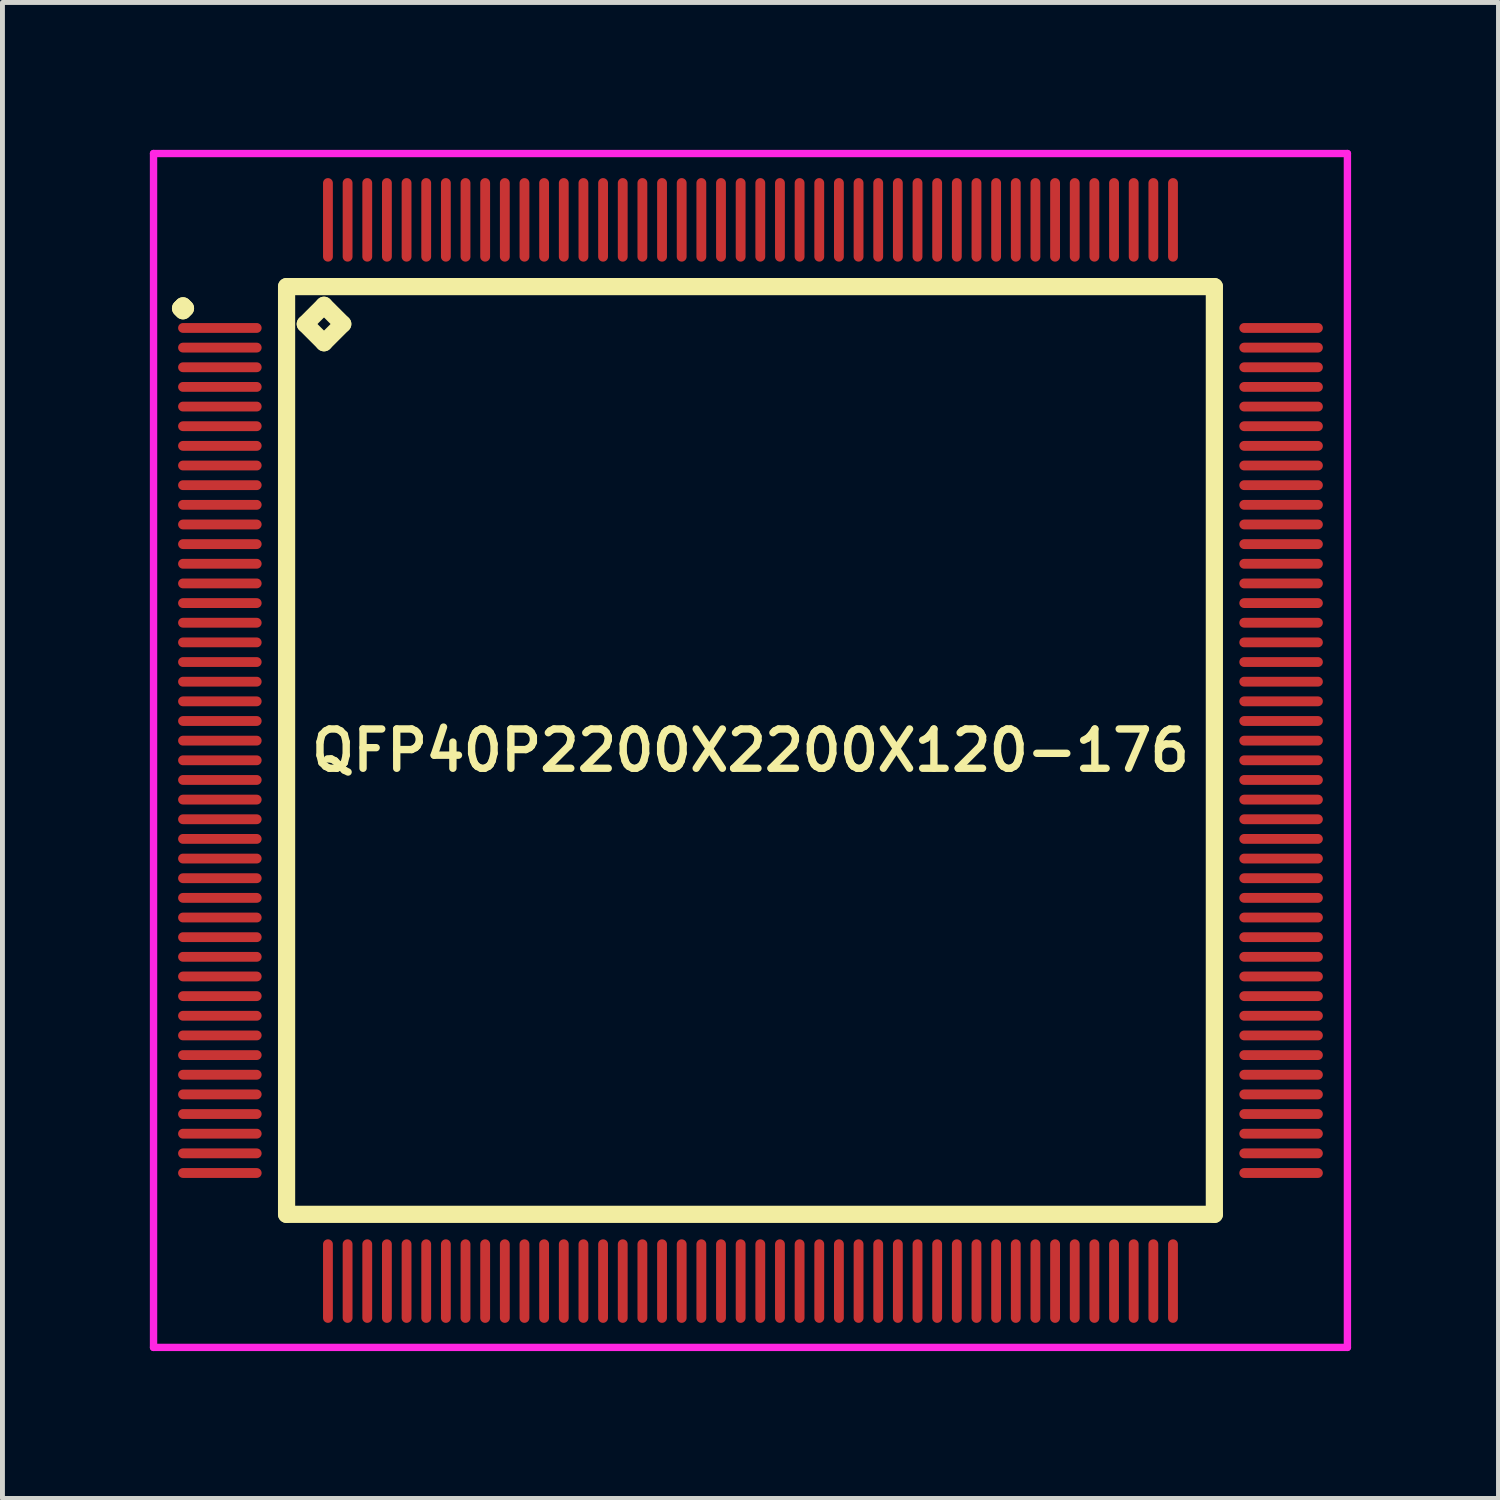
<source format=kicad_pcb>
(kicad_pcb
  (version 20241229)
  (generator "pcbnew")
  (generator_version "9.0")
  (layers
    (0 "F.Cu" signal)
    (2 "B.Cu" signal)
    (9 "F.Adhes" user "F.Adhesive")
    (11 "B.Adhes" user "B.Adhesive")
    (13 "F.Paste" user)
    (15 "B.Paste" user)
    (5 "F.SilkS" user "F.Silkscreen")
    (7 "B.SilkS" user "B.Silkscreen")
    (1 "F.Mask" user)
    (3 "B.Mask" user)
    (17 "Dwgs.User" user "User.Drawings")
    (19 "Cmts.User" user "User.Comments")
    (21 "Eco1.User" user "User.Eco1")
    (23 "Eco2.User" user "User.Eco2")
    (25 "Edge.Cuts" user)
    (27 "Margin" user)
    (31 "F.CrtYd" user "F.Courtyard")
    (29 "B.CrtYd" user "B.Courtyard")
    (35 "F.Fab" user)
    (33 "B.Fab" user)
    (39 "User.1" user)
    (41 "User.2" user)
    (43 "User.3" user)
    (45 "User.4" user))
  (footprint "QFP40P2200X2200X120-176"
    (layer "F.Cu")
    (at 12.225 12.225)
    (property "Reference" "QFP40P2200X2200X120-176" (at 0 0 0) (layer "F.SilkS") (effects (font (size 0.8 0.8) (thickness 0.15))))
    (attr smd)
    (fp_line (start -11.6 -9) (end -11.55 -9.05) (stroke (width 0.35) (type solid)) (layer "F.SilkS"))
    (fp_line (start -11.55 -9.05) (end -11.5 -9) (stroke (width 0.35) (type solid)) (layer "F.SilkS"))
    (fp_line (start -11.55 -8.95) (end -11.6 -9) (stroke (width 0.35) (type solid)) (layer "F.SilkS"))
    (fp_line (start -11.5 -9) (end -11.55 -8.95) (stroke (width 0.35) (type solid)) (layer "F.SilkS"))
    (fp_line (start -9.442 -9.442) (end -9.442 9.442) (stroke (width 0.35) (type solid)) (layer "F.SilkS"))
    (fp_line (start -9.442 9.442) (end 9.442 9.442) (stroke (width 0.35) (type solid)) (layer "F.SilkS"))
    (fp_line (start -9.061 -8.68) (end -8.68 -9.061) (stroke (width 0.35) (type solid)) (layer "F.SilkS"))
    (fp_line (start -8.68 -9.061) (end -8.299 -8.68) (stroke (width 0.35) (type solid)) (layer "F.SilkS"))
    (fp_line (start -8.68 -8.299) (end -9.061 -8.68) (stroke (width 0.35) (type solid)) (layer "F.SilkS"))
    (fp_line (start -8.299 -8.68) (end -8.68 -8.299) (stroke (width 0.35) (type solid)) (layer "F.SilkS"))
    (fp_line (start 9.442 -9.442) (end -9.442 -9.442) (stroke (width 0.35) (type solid)) (layer "F.SilkS"))
    (fp_line (start 9.442 9.442) (end 9.442 -9.442) (stroke (width 0.35) (type solid)) (layer "F.SilkS"))
    (fp_line (start -12.15 -12.15) (end 12.15 -12.15) (stroke (width 0.15) (type solid)) (layer "F.CrtYd"))
    (fp_line (start -12.15 12.15) (end -12.15 -12.15) (stroke (width 0.15) (type solid)) (layer "F.CrtYd"))
    (fp_line (start 12.15 -12.15) (end 12.15 12.15) (stroke (width 0.15) (type solid)) (layer "F.CrtYd"))
    (fp_line (start 12.15 12.15) (end -12.15 12.15) (stroke (width 0.15) (type solid)) (layer "F.CrtYd"))
    (pad "1" smd oval (at -10.8 -8.6) (size 1.7 0.2) (layers "F.Cu" "F.Mask" "F.Paste"))
    (pad "2" smd oval (at -10.8 -8.2) (size 1.7 0.2) (layers "F.Cu" "F.Mask" "F.Paste"))
    (pad "3" smd oval (at -10.8 -7.8) (size 1.7 0.2) (layers "F.Cu" "F.Mask" "F.Paste"))
    (pad "4" smd oval (at -10.8 -7.4) (size 1.7 0.2) (layers "F.Cu" "F.Mask" "F.Paste"))
    (pad "5" smd oval (at -10.8 -7) (size 1.7 0.2) (layers "F.Cu" "F.Mask" "F.Paste"))
    (pad "6" smd oval (at -10.8 -6.6) (size 1.7 0.2) (layers "F.Cu" "F.Mask" "F.Paste"))
    (pad "7" smd oval (at -10.8 -6.2) (size 1.7 0.2) (layers "F.Cu" "F.Mask" "F.Paste"))
    (pad "8" smd oval (at -10.8 -5.8) (size 1.7 0.2) (layers "F.Cu" "F.Mask" "F.Paste"))
    (pad "9" smd oval (at -10.8 -5.4) (size 1.7 0.2) (layers "F.Cu" "F.Mask" "F.Paste"))
    (pad "10" smd oval (at -10.8 -5) (size 1.7 0.2) (layers "F.Cu" "F.Mask" "F.Paste"))
    (pad "11" smd oval (at -10.8 -4.6) (size 1.7 0.2) (layers "F.Cu" "F.Mask" "F.Paste"))
    (pad "12" smd oval (at -10.8 -4.2) (size 1.7 0.2) (layers "F.Cu" "F.Mask" "F.Paste"))
    (pad "13" smd oval (at -10.8 -3.8) (size 1.7 0.2) (layers "F.Cu" "F.Mask" "F.Paste"))
    (pad "14" smd oval (at -10.8 -3.4) (size 1.7 0.2) (layers "F.Cu" "F.Mask" "F.Paste"))
    (pad "15" smd oval (at -10.8 -3) (size 1.7 0.2) (layers "F.Cu" "F.Mask" "F.Paste"))
    (pad "16" smd oval (at -10.8 -2.6) (size 1.7 0.2) (layers "F.Cu" "F.Mask" "F.Paste"))
    (pad "17" smd oval (at -10.8 -2.2) (size 1.7 0.2) (layers "F.Cu" "F.Mask" "F.Paste"))
    (pad "18" smd oval (at -10.8 -1.8) (size 1.7 0.2) (layers "F.Cu" "F.Mask" "F.Paste"))
    (pad "19" smd oval (at -10.8 -1.4) (size 1.7 0.2) (layers "F.Cu" "F.Mask" "F.Paste"))
    (pad "20" smd oval (at -10.8 -1) (size 1.7 0.2) (layers "F.Cu" "F.Mask" "F.Paste"))
    (pad "21" smd oval (at -10.8 -0.6) (size 1.7 0.2) (layers "F.Cu" "F.Mask" "F.Paste"))
    (pad "22" smd oval (at -10.8 -0.2) (size 1.7 0.2) (layers "F.Cu" "F.Mask" "F.Paste"))
    (pad "23" smd oval (at -10.8 0.2) (size 1.7 0.2) (layers "F.Cu" "F.Mask" "F.Paste"))
    (pad "24" smd oval (at -10.8 0.6) (size 1.7 0.2) (layers "F.Cu" "F.Mask" "F.Paste"))
    (pad "25" smd oval (at -10.8 1) (size 1.7 0.2) (layers "F.Cu" "F.Mask" "F.Paste"))
    (pad "26" smd oval (at -10.8 1.4) (size 1.7 0.2) (layers "F.Cu" "F.Mask" "F.Paste"))
    (pad "27" smd oval (at -10.8 1.8) (size 1.7 0.2) (layers "F.Cu" "F.Mask" "F.Paste"))
    (pad "28" smd oval (at -10.8 2.2) (size 1.7 0.2) (layers "F.Cu" "F.Mask" "F.Paste"))
    (pad "29" smd oval (at -10.8 2.6) (size 1.7 0.2) (layers "F.Cu" "F.Mask" "F.Paste"))
    (pad "30" smd oval (at -10.8 3) (size 1.7 0.2) (layers "F.Cu" "F.Mask" "F.Paste"))
    (pad "31" smd oval (at -10.8 3.4) (size 1.7 0.2) (layers "F.Cu" "F.Mask" "F.Paste"))
    (pad "32" smd oval (at -10.8 3.8) (size 1.7 0.2) (layers "F.Cu" "F.Mask" "F.Paste"))
    (pad "33" smd oval (at -10.8 4.2) (size 1.7 0.2) (layers "F.Cu" "F.Mask" "F.Paste"))
    (pad "34" smd oval (at -10.8 4.6) (size 1.7 0.2) (layers "F.Cu" "F.Mask" "F.Paste"))
    (pad "35" smd oval (at -10.8 5) (size 1.7 0.2) (layers "F.Cu" "F.Mask" "F.Paste"))
    (pad "36" smd oval (at -10.8 5.4) (size 1.7 0.2) (layers "F.Cu" "F.Mask" "F.Paste"))
    (pad "37" smd oval (at -10.8 5.8) (size 1.7 0.2) (layers "F.Cu" "F.Mask" "F.Paste"))
    (pad "38" smd oval (at -10.8 6.2) (size 1.7 0.2) (layers "F.Cu" "F.Mask" "F.Paste"))
    (pad "39" smd oval (at -10.8 6.6) (size 1.7 0.2) (layers "F.Cu" "F.Mask" "F.Paste"))
    (pad "40" smd oval (at -10.8 7) (size 1.7 0.2) (layers "F.Cu" "F.Mask" "F.Paste"))
    (pad "41" smd oval (at -10.8 7.4) (size 1.7 0.2) (layers "F.Cu" "F.Mask" "F.Paste"))
    (pad "42" smd oval (at -10.8 7.8) (size 1.7 0.2) (layers "F.Cu" "F.Mask" "F.Paste"))
    (pad "43" smd oval (at -10.8 8.2) (size 1.7 0.2) (layers "F.Cu" "F.Mask" "F.Paste"))
    (pad "44" smd oval (at -10.8 8.6) (size 1.7 0.2) (layers "F.Cu" "F.Mask" "F.Paste"))
    (pad "45" smd oval (at -8.6 10.8) (size 0.2 1.7) (layers "F.Cu" "F.Mask" "F.Paste"))
    (pad "46" smd oval (at -8.2 10.8) (size 0.2 1.7) (layers "F.Cu" "F.Mask" "F.Paste"))
    (pad "47" smd oval (at -7.8 10.8) (size 0.2 1.7) (layers "F.Cu" "F.Mask" "F.Paste"))
    (pad "48" smd oval (at -7.4 10.8) (size 0.2 1.7) (layers "F.Cu" "F.Mask" "F.Paste"))
    (pad "49" smd oval (at -7 10.8) (size 0.2 1.7) (layers "F.Cu" "F.Mask" "F.Paste"))
    (pad "50" smd oval (at -6.6 10.8) (size 0.2 1.7) (layers "F.Cu" "F.Mask" "F.Paste"))
    (pad "51" smd oval (at -6.2 10.8) (size 0.2 1.7) (layers "F.Cu" "F.Mask" "F.Paste"))
    (pad "52" smd oval (at -5.8 10.8) (size 0.2 1.7) (layers "F.Cu" "F.Mask" "F.Paste"))
    (pad "53" smd oval (at -5.4 10.8) (size 0.2 1.7) (layers "F.Cu" "F.Mask" "F.Paste"))
    (pad "54" smd oval (at -5 10.8) (size 0.2 1.7) (layers "F.Cu" "F.Mask" "F.Paste"))
    (pad "55" smd oval (at -4.6 10.8) (size 0.2 1.7) (layers "F.Cu" "F.Mask" "F.Paste"))
    (pad "56" smd oval (at -4.2 10.8) (size 0.2 1.7) (layers "F.Cu" "F.Mask" "F.Paste"))
    (pad "57" smd oval (at -3.8 10.8) (size 0.2 1.7) (layers "F.Cu" "F.Mask" "F.Paste"))
    (pad "58" smd oval (at -3.4 10.8) (size 0.2 1.7) (layers "F.Cu" "F.Mask" "F.Paste"))
    (pad "59" smd oval (at -3 10.8) (size 0.2 1.7) (layers "F.Cu" "F.Mask" "F.Paste"))
    (pad "60" smd oval (at -2.6 10.8) (size 0.2 1.7) (layers "F.Cu" "F.Mask" "F.Paste"))
    (pad "61" smd oval (at -2.2 10.8) (size 0.2 1.7) (layers "F.Cu" "F.Mask" "F.Paste"))
    (pad "62" smd oval (at -1.8 10.8) (size 0.2 1.7) (layers "F.Cu" "F.Mask" "F.Paste"))
    (pad "63" smd oval (at -1.4 10.8) (size 0.2 1.7) (layers "F.Cu" "F.Mask" "F.Paste"))
    (pad "64" smd oval (at -1 10.8) (size 0.2 1.7) (layers "F.Cu" "F.Mask" "F.Paste"))
    (pad "65" smd oval (at -0.6 10.8) (size 0.2 1.7) (layers "F.Cu" "F.Mask" "F.Paste"))
    (pad "66" smd oval (at -0.2 10.8) (size 0.2 1.7) (layers "F.Cu" "F.Mask" "F.Paste"))
    (pad "67" smd oval (at 0.2 10.8) (size 0.2 1.7) (layers "F.Cu" "F.Mask" "F.Paste"))
    (pad "68" smd oval (at 0.6 10.8) (size 0.2 1.7) (layers "F.Cu" "F.Mask" "F.Paste"))
    (pad "69" smd oval (at 1 10.8) (size 0.2 1.7) (layers "F.Cu" "F.Mask" "F.Paste"))
    (pad "70" smd oval (at 1.4 10.8) (size 0.2 1.7) (layers "F.Cu" "F.Mask" "F.Paste"))
    (pad "71" smd oval (at 1.8 10.8) (size 0.2 1.7) (layers "F.Cu" "F.Mask" "F.Paste"))
    (pad "72" smd oval (at 2.2 10.8) (size 0.2 1.7) (layers "F.Cu" "F.Mask" "F.Paste"))
    (pad "73" smd oval (at 2.6 10.8) (size 0.2 1.7) (layers "F.Cu" "F.Mask" "F.Paste"))
    (pad "74" smd oval (at 3 10.8) (size 0.2 1.7) (layers "F.Cu" "F.Mask" "F.Paste"))
    (pad "75" smd oval (at 3.4 10.8) (size 0.2 1.7) (layers "F.Cu" "F.Mask" "F.Paste"))
    (pad "76" smd oval (at 3.8 10.8) (size 0.2 1.7) (layers "F.Cu" "F.Mask" "F.Paste"))
    (pad "77" smd oval (at 4.2 10.8) (size 0.2 1.7) (layers "F.Cu" "F.Mask" "F.Paste"))
    (pad "78" smd oval (at 4.6 10.8) (size 0.2 1.7) (layers "F.Cu" "F.Mask" "F.Paste"))
    (pad "79" smd oval (at 5 10.8) (size 0.2 1.7) (layers "F.Cu" "F.Mask" "F.Paste"))
    (pad "80" smd oval (at 5.4 10.8) (size 0.2 1.7) (layers "F.Cu" "F.Mask" "F.Paste"))
    (pad "81" smd oval (at 5.8 10.8) (size 0.2 1.7) (layers "F.Cu" "F.Mask" "F.Paste"))
    (pad "82" smd oval (at 6.2 10.8) (size 0.2 1.7) (layers "F.Cu" "F.Mask" "F.Paste"))
    (pad "83" smd oval (at 6.6 10.8) (size 0.2 1.7) (layers "F.Cu" "F.Mask" "F.Paste"))
    (pad "84" smd oval (at 7 10.8) (size 0.2 1.7) (layers "F.Cu" "F.Mask" "F.Paste"))
    (pad "85" smd oval (at 7.4 10.8) (size 0.2 1.7) (layers "F.Cu" "F.Mask" "F.Paste"))
    (pad "86" smd oval (at 7.8 10.8) (size 0.2 1.7) (layers "F.Cu" "F.Mask" "F.Paste"))
    (pad "87" smd oval (at 8.2 10.8) (size 0.2 1.7) (layers "F.Cu" "F.Mask" "F.Paste"))
    (pad "88" smd oval (at 8.6 10.8) (size 0.2 1.7) (layers "F.Cu" "F.Mask" "F.Paste"))
    (pad "89" smd oval (at 10.8 8.6) (size 1.7 0.2) (layers "F.Cu" "F.Mask" "F.Paste"))
    (pad "90" smd oval (at 10.8 8.2) (size 1.7 0.2) (layers "F.Cu" "F.Mask" "F.Paste"))
    (pad "91" smd oval (at 10.8 7.8) (size 1.7 0.2) (layers "F.Cu" "F.Mask" "F.Paste"))
    (pad "92" smd oval (at 10.8 7.4) (size 1.7 0.2) (layers "F.Cu" "F.Mask" "F.Paste"))
    (pad "93" smd oval (at 10.8 7) (size 1.7 0.2) (layers "F.Cu" "F.Mask" "F.Paste"))
    (pad "94" smd oval (at 10.8 6.6) (size 1.7 0.2) (layers "F.Cu" "F.Mask" "F.Paste"))
    (pad "95" smd oval (at 10.8 6.2) (size 1.7 0.2) (layers "F.Cu" "F.Mask" "F.Paste"))
    (pad "96" smd oval (at 10.8 5.8) (size 1.7 0.2) (layers "F.Cu" "F.Mask" "F.Paste"))
    (pad "97" smd oval (at 10.8 5.4) (size 1.7 0.2) (layers "F.Cu" "F.Mask" "F.Paste"))
    (pad "98" smd oval (at 10.8 5) (size 1.7 0.2) (layers "F.Cu" "F.Mask" "F.Paste"))
    (pad "99" smd oval (at 10.8 4.6) (size 1.7 0.2) (layers "F.Cu" "F.Mask" "F.Paste"))
    (pad "100" smd oval (at 10.8 4.2) (size 1.7 0.2) (layers "F.Cu" "F.Mask" "F.Paste"))
    (pad "101" smd oval (at 10.8 3.8) (size 1.7 0.2) (layers "F.Cu" "F.Mask" "F.Paste"))
    (pad "102" smd oval (at 10.8 3.4) (size 1.7 0.2) (layers "F.Cu" "F.Mask" "F.Paste"))
    (pad "103" smd oval (at 10.8 3) (size 1.7 0.2) (layers "F.Cu" "F.Mask" "F.Paste"))
    (pad "104" smd oval (at 10.8 2.6) (size 1.7 0.2) (layers "F.Cu" "F.Mask" "F.Paste"))
    (pad "105" smd oval (at 10.8 2.2) (size 1.7 0.2) (layers "F.Cu" "F.Mask" "F.Paste"))
    (pad "106" smd oval (at 10.8 1.8) (size 1.7 0.2) (layers "F.Cu" "F.Mask" "F.Paste"))
    (pad "107" smd oval (at 10.8 1.4) (size 1.7 0.2) (layers "F.Cu" "F.Mask" "F.Paste"))
    (pad "108" smd oval (at 10.8 1) (size 1.7 0.2) (layers "F.Cu" "F.Mask" "F.Paste"))
    (pad "109" smd oval (at 10.8 0.6) (size 1.7 0.2) (layers "F.Cu" "F.Mask" "F.Paste"))
    (pad "110" smd oval (at 10.8 0.2) (size 1.7 0.2) (layers "F.Cu" "F.Mask" "F.Paste"))
    (pad "111" smd oval (at 10.8 -0.2) (size 1.7 0.2) (layers "F.Cu" "F.Mask" "F.Paste"))
    (pad "112" smd oval (at 10.8 -0.6) (size 1.7 0.2) (layers "F.Cu" "F.Mask" "F.Paste"))
    (pad "113" smd oval (at 10.8 -1) (size 1.7 0.2) (layers "F.Cu" "F.Mask" "F.Paste"))
    (pad "114" smd oval (at 10.8 -1.4) (size 1.7 0.2) (layers "F.Cu" "F.Mask" "F.Paste"))
    (pad "115" smd oval (at 10.8 -1.8) (size 1.7 0.2) (layers "F.Cu" "F.Mask" "F.Paste"))
    (pad "116" smd oval (at 10.8 -2.2) (size 1.7 0.2) (layers "F.Cu" "F.Mask" "F.Paste"))
    (pad "117" smd oval (at 10.8 -2.6) (size 1.7 0.2) (layers "F.Cu" "F.Mask" "F.Paste"))
    (pad "118" smd oval (at 10.8 -3) (size 1.7 0.2) (layers "F.Cu" "F.Mask" "F.Paste"))
    (pad "119" smd oval (at 10.8 -3.4) (size 1.7 0.2) (layers "F.Cu" "F.Mask" "F.Paste"))
    (pad "120" smd oval (at 10.8 -3.8) (size 1.7 0.2) (layers "F.Cu" "F.Mask" "F.Paste"))
    (pad "121" smd oval (at 10.8 -4.2) (size 1.7 0.2) (layers "F.Cu" "F.Mask" "F.Paste"))
    (pad "122" smd oval (at 10.8 -4.6) (size 1.7 0.2) (layers "F.Cu" "F.Mask" "F.Paste"))
    (pad "123" smd oval (at 10.8 -5) (size 1.7 0.2) (layers "F.Cu" "F.Mask" "F.Paste"))
    (pad "124" smd oval (at 10.8 -5.4) (size 1.7 0.2) (layers "F.Cu" "F.Mask" "F.Paste"))
    (pad "125" smd oval (at 10.8 -5.8) (size 1.7 0.2) (layers "F.Cu" "F.Mask" "F.Paste"))
    (pad "126" smd oval (at 10.8 -6.2) (size 1.7 0.2) (layers "F.Cu" "F.Mask" "F.Paste"))
    (pad "127" smd oval (at 10.8 -6.6) (size 1.7 0.2) (layers "F.Cu" "F.Mask" "F.Paste"))
    (pad "128" smd oval (at 10.8 -7) (size 1.7 0.2) (layers "F.Cu" "F.Mask" "F.Paste"))
    (pad "129" smd oval (at 10.8 -7.4) (size 1.7 0.2) (layers "F.Cu" "F.Mask" "F.Paste"))
    (pad "130" smd oval (at 10.8 -7.8) (size 1.7 0.2) (layers "F.Cu" "F.Mask" "F.Paste"))
    (pad "131" smd oval (at 10.8 -8.2) (size 1.7 0.2) (layers "F.Cu" "F.Mask" "F.Paste"))
    (pad "132" smd oval (at 10.8 -8.6) (size 1.7 0.2) (layers "F.Cu" "F.Mask" "F.Paste"))
    (pad "133" smd oval (at 8.6 -10.8) (size 0.2 1.7) (layers "F.Cu" "F.Mask" "F.Paste"))
    (pad "134" smd oval (at 8.2 -10.8) (size 0.2 1.7) (layers "F.Cu" "F.Mask" "F.Paste"))
    (pad "135" smd oval (at 7.8 -10.8) (size 0.2 1.7) (layers "F.Cu" "F.Mask" "F.Paste"))
    (pad "136" smd oval (at 7.4 -10.8) (size 0.2 1.7) (layers "F.Cu" "F.Mask" "F.Paste"))
    (pad "137" smd oval (at 7 -10.8) (size 0.2 1.7) (layers "F.Cu" "F.Mask" "F.Paste"))
    (pad "138" smd oval (at 6.6 -10.8) (size 0.2 1.7) (layers "F.Cu" "F.Mask" "F.Paste"))
    (pad "139" smd oval (at 6.2 -10.8) (size 0.2 1.7) (layers "F.Cu" "F.Mask" "F.Paste"))
    (pad "140" smd oval (at 5.8 -10.8) (size 0.2 1.7) (layers "F.Cu" "F.Mask" "F.Paste"))
    (pad "141" smd oval (at 5.4 -10.8) (size 0.2 1.7) (layers "F.Cu" "F.Mask" "F.Paste"))
    (pad "142" smd oval (at 5 -10.8) (size 0.2 1.7) (layers "F.Cu" "F.Mask" "F.Paste"))
    (pad "143" smd oval (at 4.6 -10.8) (size 0.2 1.7) (layers "F.Cu" "F.Mask" "F.Paste"))
    (pad "144" smd oval (at 4.2 -10.8) (size 0.2 1.7) (layers "F.Cu" "F.Mask" "F.Paste"))
    (pad "145" smd oval (at 3.8 -10.8) (size 0.2 1.7) (layers "F.Cu" "F.Mask" "F.Paste"))
    (pad "146" smd oval (at 3.4 -10.8) (size 0.2 1.7) (layers "F.Cu" "F.Mask" "F.Paste"))
    (pad "147" smd oval (at 3 -10.8) (size 0.2 1.7) (layers "F.Cu" "F.Mask" "F.Paste"))
    (pad "148" smd oval (at 2.6 -10.8) (size 0.2 1.7) (layers "F.Cu" "F.Mask" "F.Paste"))
    (pad "149" smd oval (at 2.2 -10.8) (size 0.2 1.7) (layers "F.Cu" "F.Mask" "F.Paste"))
    (pad "150" smd oval (at 1.8 -10.8) (size 0.2 1.7) (layers "F.Cu" "F.Mask" "F.Paste"))
    (pad "151" smd oval (at 1.4 -10.8) (size 0.2 1.7) (layers "F.Cu" "F.Mask" "F.Paste"))
    (pad "152" smd oval (at 1 -10.8) (size 0.2 1.7) (layers "F.Cu" "F.Mask" "F.Paste"))
    (pad "153" smd oval (at 0.6 -10.8) (size 0.2 1.7) (layers "F.Cu" "F.Mask" "F.Paste"))
    (pad "154" smd oval (at 0.2 -10.8) (size 0.2 1.7) (layers "F.Cu" "F.Mask" "F.Paste"))
    (pad "155" smd oval (at -0.2 -10.8) (size 0.2 1.7) (layers "F.Cu" "F.Mask" "F.Paste"))
    (pad "156" smd oval (at -0.6 -10.8) (size 0.2 1.7) (layers "F.Cu" "F.Mask" "F.Paste"))
    (pad "157" smd oval (at -1 -10.8) (size 0.2 1.7) (layers "F.Cu" "F.Mask" "F.Paste"))
    (pad "158" smd oval (at -1.4 -10.8) (size 0.2 1.7) (layers "F.Cu" "F.Mask" "F.Paste"))
    (pad "159" smd oval (at -1.8 -10.8) (size 0.2 1.7) (layers "F.Cu" "F.Mask" "F.Paste"))
    (pad "160" smd oval (at -2.2 -10.8) (size 0.2 1.7) (layers "F.Cu" "F.Mask" "F.Paste"))
    (pad "161" smd oval (at -2.6 -10.8) (size 0.2 1.7) (layers "F.Cu" "F.Mask" "F.Paste"))
    (pad "162" smd oval (at -3 -10.8) (size 0.2 1.7) (layers "F.Cu" "F.Mask" "F.Paste"))
    (pad "163" smd oval (at -3.4 -10.8) (size 0.2 1.7) (layers "F.Cu" "F.Mask" "F.Paste"))
    (pad "164" smd oval (at -3.8 -10.8) (size 0.2 1.7) (layers "F.Cu" "F.Mask" "F.Paste"))
    (pad "165" smd oval (at -4.2 -10.8) (size 0.2 1.7) (layers "F.Cu" "F.Mask" "F.Paste"))
    (pad "166" smd oval (at -4.6 -10.8) (size 0.2 1.7) (layers "F.Cu" "F.Mask" "F.Paste"))
    (pad "167" smd oval (at -5 -10.8) (size 0.2 1.7) (layers "F.Cu" "F.Mask" "F.Paste"))
    (pad "168" smd oval (at -5.4 -10.8) (size 0.2 1.7) (layers "F.Cu" "F.Mask" "F.Paste"))
    (pad "169" smd oval (at -5.8 -10.8) (size 0.2 1.7) (layers "F.Cu" "F.Mask" "F.Paste"))
    (pad "170" smd oval (at -6.2 -10.8) (size 0.2 1.7) (layers "F.Cu" "F.Mask" "F.Paste"))
    (pad "171" smd oval (at -6.6 -10.8) (size 0.2 1.7) (layers "F.Cu" "F.Mask" "F.Paste"))
    (pad "172" smd oval (at -7 -10.8) (size 0.2 1.7) (layers "F.Cu" "F.Mask" "F.Paste"))
    (pad "173" smd oval (at -7.4 -10.8) (size 0.2 1.7) (layers "F.Cu" "F.Mask" "F.Paste"))
    (pad "174" smd oval (at -7.8 -10.8) (size 0.2 1.7) (layers "F.Cu" "F.Mask" "F.Paste"))
    (pad "175" smd oval (at -8.2 -10.8) (size 0.2 1.7) (layers "F.Cu" "F.Mask" "F.Paste"))
    (pad "176" smd oval (at -8.6 -10.8) (size 0.2 1.7) (layers "F.Cu" "F.Mask" "F.Paste")))
  (gr_rect
    (start -3 -3)
    (end 27.45 27.45)
    (stroke (width 0.1) (type default))
    (fill no)
    (layer "Edge.Cuts")))
</source>
